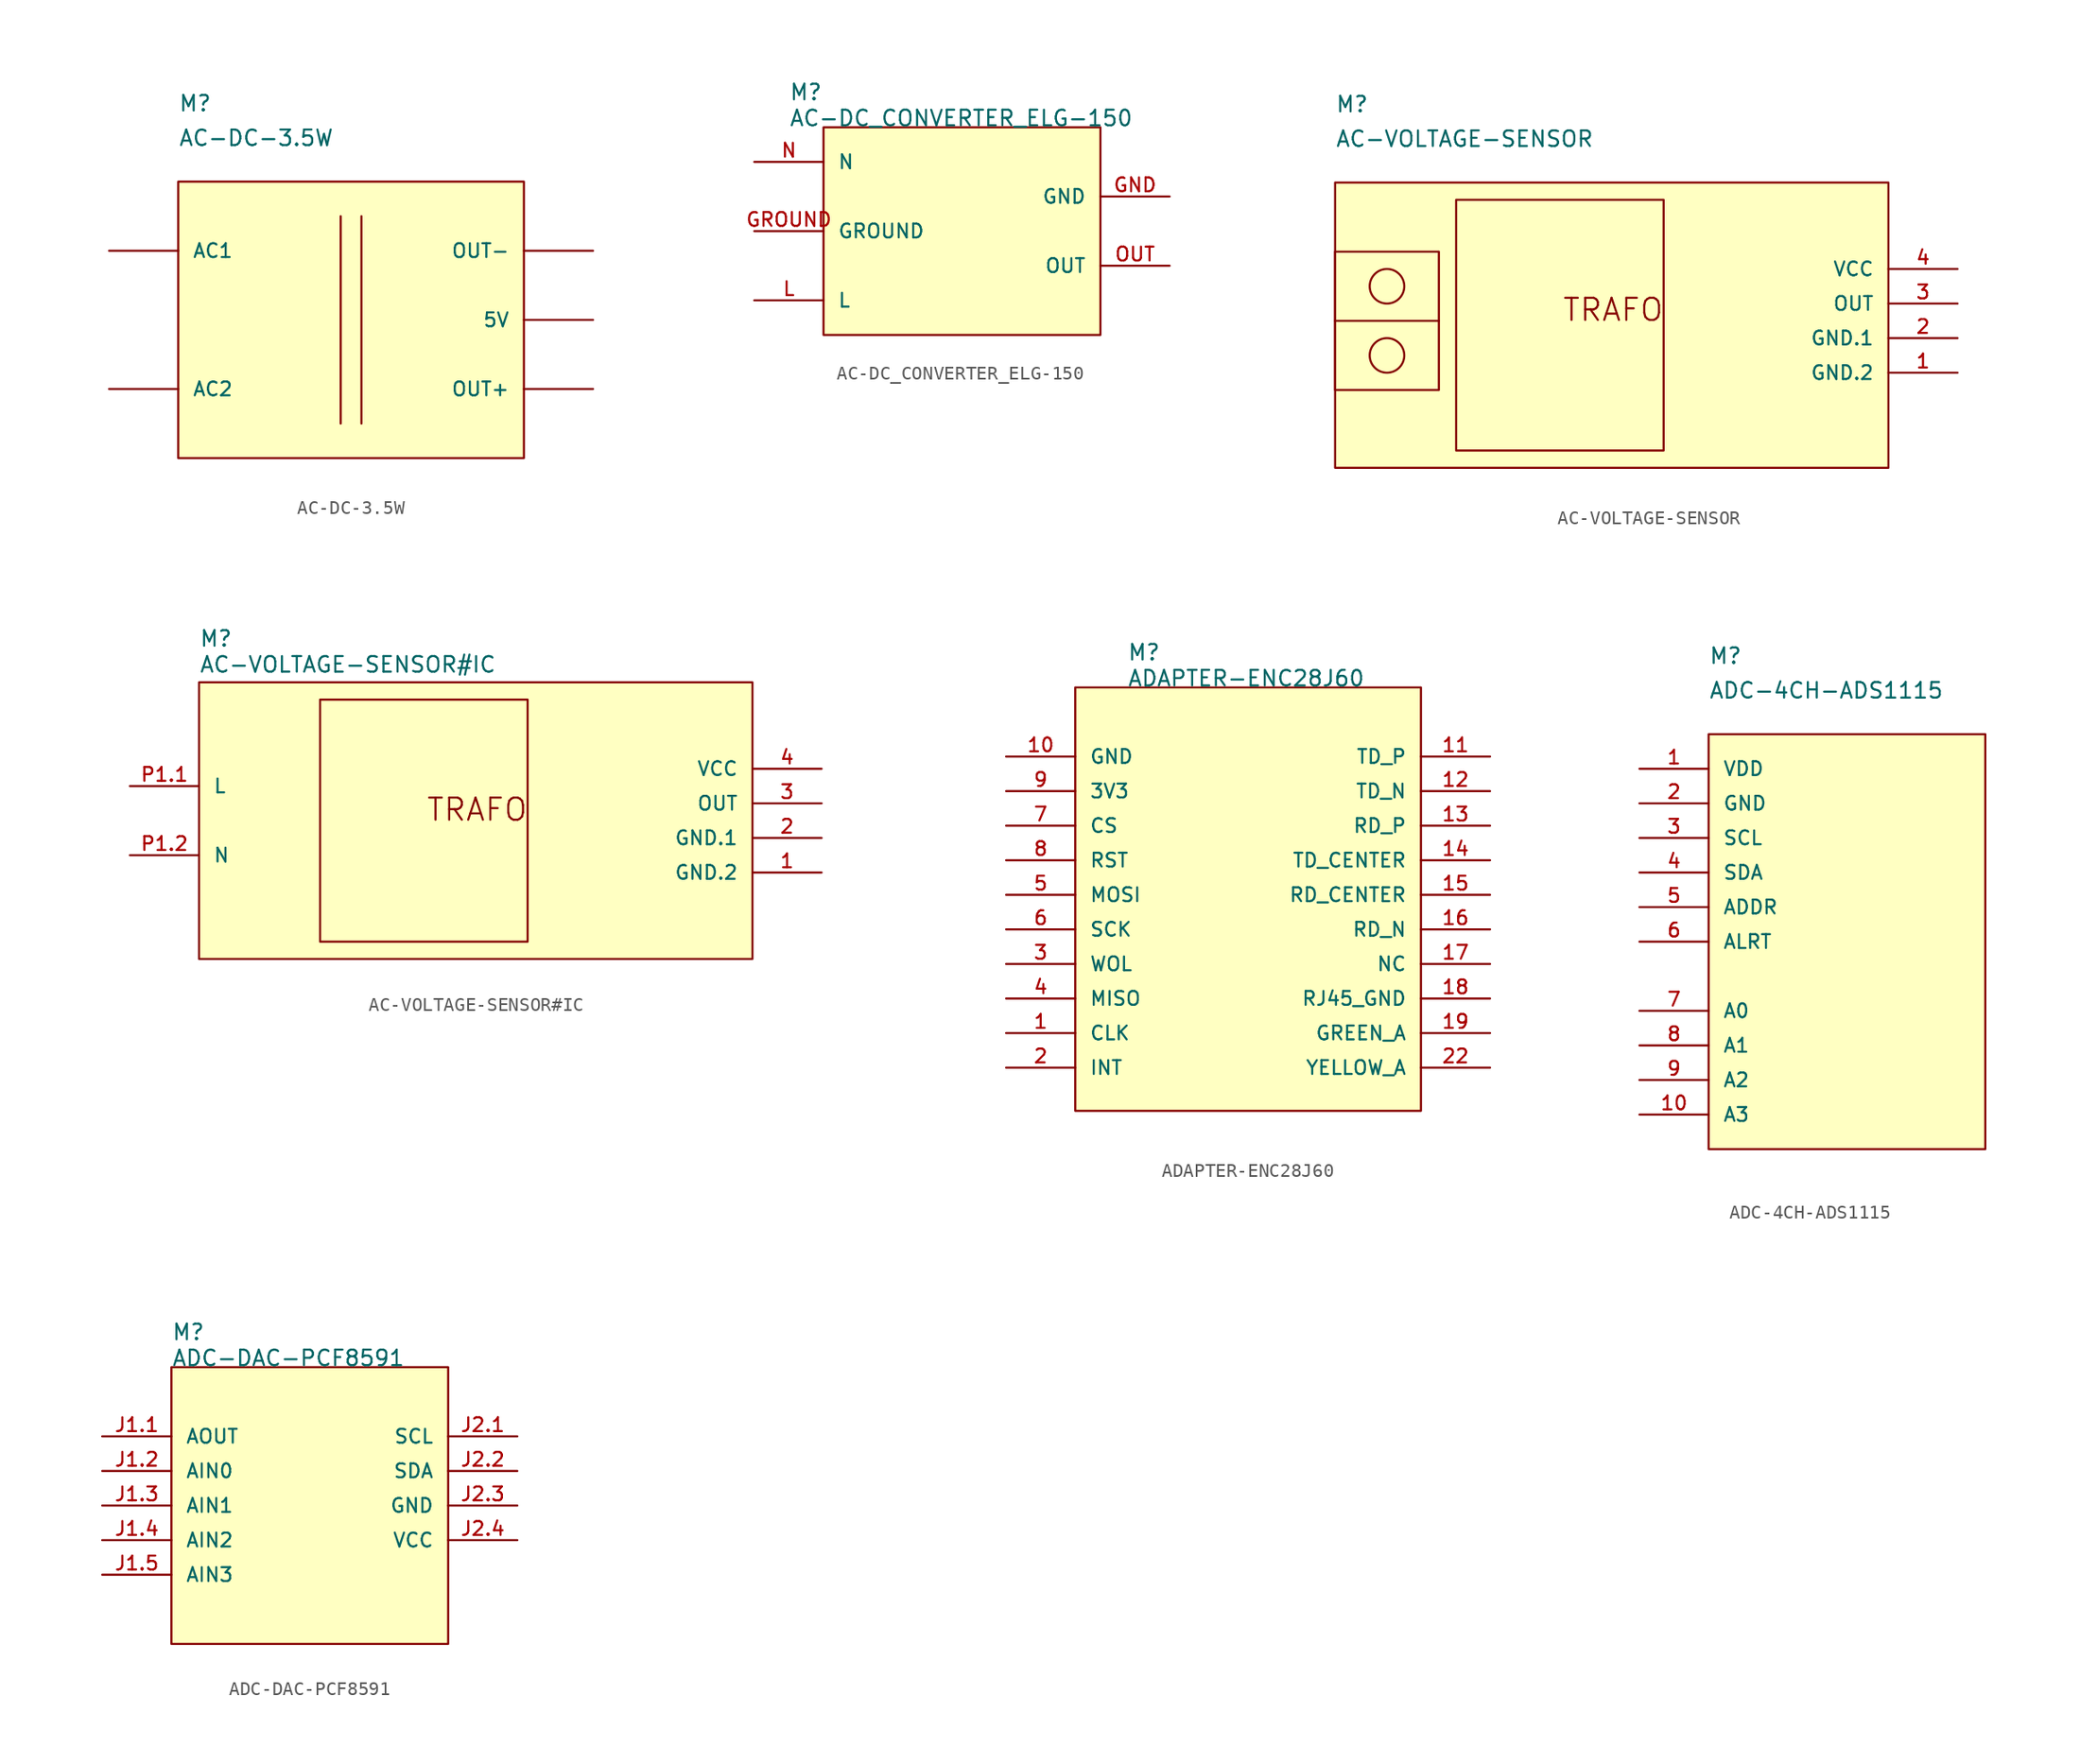
<source format=kicad_sym>
(kicad_symbol_lib
  (version 20231120)
  (generator "kicad_symbol_editor")
  (generator_version "8.0")
  (symbol "AC-DC-3.5W"
    (pin_numbers hide)
    (pin_names
      (offset 1.016))
    (property "Reference" "M"
      (at -12.7 15.24 0)
      (effects (font (size 1.143 1.143)) (justify left bottom)))
    (property "Value" "AC-DC-3.5W"
      (at -12.7 12.7 0)
      (effects (font (size 1.143 1.143)) (justify left bottom)))
    (property "ki_locked" ""
      (at 0 0 0)
      (effects (font (size 1.27 1.27))))
    (symbol "AC-DC-3.5W_1_0"
      (polyline (pts (xy -0.762 7.62) (xy -0.762 -7.62)) (stroke (width 0) (type default)) (fill (type none)))
      (polyline (pts (xy 0.762 7.62) (xy 0.762 -7.62)) (stroke (width 0) (type default)) (fill (type none))))
    (symbol "AC-DC-3.5W_1_1"
      (rectangle (start -12.7 10.16) (end 12.7 -10.16) (stroke (width 0) (type default)) (fill (type background)))
      (pin bidirectional line (at -17.78 5.08 0) (length 5.08) (name "AC1" (effects (font (size 1.016 1.016)))) (number "J1.1" (effects (font (size 1.016 1.016)))))
      (pin bidirectional line (at -17.78 -5.08 0) (length 5.08) (name "AC2" (effects (font (size 1.016 1.016)))) (number "J1.2" (effects (font (size 1.016 1.016)))))
      (pin bidirectional line (at 17.78 5.08 180) (length 5.08) (name "OUT-" (effects (font (size 1.016 1.016)))) (number "J2.1" (effects (font (size 1.016 1.016)))))
      (pin bidirectional line (at 17.78 0 180) (length 5.08) (name "5V" (effects (font (size 1.016 1.016)))) (number "J2.2" (effects (font (size 1.016 1.016)))))
      (pin bidirectional line (at 17.78 -5.08 180) (length 5.08) (name "OUT+" (effects (font (size 1.016 1.016)))) (number "J2.3" (effects (font (size 1.016 1.016)))))))
  (symbol "AC-DC_CONVERTER_ELG-150"
    (pin_names
      (offset 1.016))
    (property "Reference" "M"
      (at -12.7 9.525 0)
      (effects (font (size 1.143 1.143)) (justify left bottom)))
    (property "Value" "AC-DC_CONVERTER_ELG-150"
      (at -12.7 7.62 0)
      (effects (font (size 1.143 1.143)) (justify left bottom)))
    (property "ki_locked" ""
      (at 0 0 0)
      (effects (font (size 1.27 1.27))))
    (symbol "AC-DC_CONVERTER_ELG-150_1_1"
      (rectangle (start -10.16 7.62) (end 10.16 -7.62) (stroke (width 0) (type default)) (fill (type background)))
      (pin bidirectional line (at 15.24 2.54 180) (length 5.08) (name "GND" (effects (font (size 1.016 1.016)))) (number "GND" (effects (font (size 1.016 1.016)))))
      (pin bidirectional line (at -15.24 0 0) (length 5.08) (name "GROUND" (effects (font (size 1.016 1.016)))) (number "GROUND" (effects (font (size 1.016 1.016)))))
      (pin bidirectional line (at -15.24 -5.08 0) (length 5.08) (name "L" (effects (font (size 1.016 1.016)))) (number "L" (effects (font (size 1.016 1.016)))))
      (pin bidirectional line (at -15.24 5.08 0) (length 5.08) (name "N" (effects (font (size 1.016 1.016)))) (number "N" (effects (font (size 1.016 1.016)))))
      (pin bidirectional line (at 15.24 -2.54 180) (length 5.08) (name "OUT" (effects (font (size 1.016 1.016)))) (number "OUT" (effects (font (size 1.016 1.016)))))))
  (symbol "AC-VOLTAGE-SENSOR"
    (pin_names
      (offset 1.016))
    (property "Reference" "M"
      (at -20.32 15.24 0)
      (effects (font (size 1.143 1.143)) (justify left bottom)))
    (property "Value" "AC-VOLTAGE-SENSOR"
      (at -20.32 12.7 0)
      (effects (font (size 1.143 1.143)) (justify left bottom)))
    (property "ki_locked" ""
      (at 0 0 0)
      (effects (font (size 1.27 1.27))))
    (symbol "AC-VOLTAGE-SENSOR_1_0"
      (polyline (pts (xy -20.32 0) (xy -12.7 0)) (stroke (width 0) (type default)) (fill (type none)))
      (text "TRAFO" (at 0.102 0.813 0) (effects (font (size 1.626 1.626)))))
    (symbol "AC-VOLTAGE-SENSOR_1_1"
      (rectangle (start -20.32 5.08) (end -12.7 -5.08) (stroke (width 0) (type default)) (fill (type none)))
      (rectangle (start -20.32 10.16) (end 20.32 -10.795) (stroke (width 0) (type default)) (fill (type background)))
      (circle (center -16.51 -2.54) (radius 1.27) (stroke (width 0) (type default)) (fill (type none)))
      (circle (center -16.51 2.54) (radius 1.27) (stroke (width 0) (type default)) (fill (type none)))
      (rectangle (start -11.43 8.89) (end 3.81 -9.525) (stroke (width 0) (type default)) (fill (type none)))
      (pin power_in line (at 25.4 -3.81 180) (length 5.08) (name "GND.2" (effects (font (size 1.016 1.016)))) (number "1" (effects (font (size 1.016 1.016)))))
      (pin power_in line (at 25.4 -1.27 180) (length 5.08) (name "GND.1" (effects (font (size 1.016 1.016)))) (number "2" (effects (font (size 1.016 1.016)))))
      (pin output line (at 25.4 1.27 180) (length 5.08) (name "OUT" (effects (font (size 1.016 1.016)))) (number "3" (effects (font (size 1.016 1.016)))))
      (pin power_in line (at 25.4 3.81 180) (length 5.08) (name "VCC" (effects (font (size 1.016 1.016)))) (number "4" (effects (font (size 1.016 1.016)))))))
  (symbol "AC-VOLTAGE-SENSOR#IC"
    (pin_names
      (offset 1.016))
    (property "Reference" "M"
      (at -20.32 12.7 0)
      (effects (font (size 1.143 1.143)) (justify left bottom)))
    (property "Value" "AC-VOLTAGE-SENSOR#IC"
      (at -20.32 10.795 0)
      (effects (font (size 1.143 1.143)) (justify left bottom)))
    (property "ki_locked" ""
      (at 0 0 0)
      (effects (font (size 1.27 1.27))))
    (symbol "AC-VOLTAGE-SENSOR#IC_1_0"
      (text "TRAFO" (at 0.102 0.813 0) (effects (font (size 1.626 1.626)))))
    (symbol "AC-VOLTAGE-SENSOR#IC_1_1"
      (rectangle (start -20.32 10.16) (end 20.32 -10.16) (stroke (width 0) (type default)) (fill (type background)))
      (rectangle (start -11.43 8.89) (end 3.81 -8.89) (stroke (width 0) (type default)) (fill (type none)))
      (pin power_in line (at 25.4 -3.81 180) (length 5.08) (name "GND.2" (effects (font (size 1.016 1.016)))) (number "1" (effects (font (size 1.016 1.016)))))
      (pin power_in line (at 25.4 -1.27 180) (length 5.08) (name "GND.1" (effects (font (size 1.016 1.016)))) (number "2" (effects (font (size 1.016 1.016)))))
      (pin output line (at 25.4 1.27 180) (length 5.08) (name "OUT" (effects (font (size 1.016 1.016)))) (number "3" (effects (font (size 1.016 1.016)))))
      (pin power_in line (at 25.4 3.81 180) (length 5.08) (name "VCC" (effects (font (size 1.016 1.016)))) (number "4" (effects (font (size 1.016 1.016)))))
      (pin passive line (at -25.4 2.54 0) (length 5.08) (name "L" (effects (font (size 1.016 1.016)))) (number "P1.1" (effects (font (size 1.016 1.016)))))
      (pin passive line (at -25.4 -2.54 0) (length 5.08) (name "N" (effects (font (size 1.016 1.016)))) (number "P1.2" (effects (font (size 1.016 1.016)))))))
  (symbol "ADAPTER-ENC28J60"
    (pin_names
      (offset 1.016))
    (property "Reference" "M"
      (at -8.89 17.145 0)
      (effects (font (size 1.143 1.143)) (justify left bottom)))
    (property "Value" "ADAPTER-ENC28J60"
      (at -8.89 15.24 0)
      (effects (font (size 1.143 1.143)) (justify left bottom)))
    (property "ki_locked" ""
      (at 0 0 0)
      (effects (font (size 1.27 1.27))))
    (symbol "ADAPTER-ENC28J60_1_1"
      (rectangle (start -12.7 15.24) (end 12.7 -15.875) (stroke (width 0) (type default)) (fill (type background)))
      (pin bidirectional line (at -17.78 -10.16 0) (length 5.08) (name "CLK" (effects (font (size 1.016 1.016)))) (number "1" (effects (font (size 1.016 1.016)))))
      (pin bidirectional line (at -17.78 10.16 0) (length 5.08) (name "GND" (effects (font (size 1.016 1.016)))) (number "10" (effects (font (size 1.016 1.016)))))
      (pin bidirectional line (at 17.78 10.16 180) (length 5.08) (name "TD_P" (effects (font (size 1.016 1.016)))) (number "11" (effects (font (size 1.016 1.016)))))
      (pin bidirectional line (at 17.78 7.62 180) (length 5.08) (name "TD_N" (effects (font (size 1.016 1.016)))) (number "12" (effects (font (size 1.016 1.016)))))
      (pin bidirectional line (at 17.78 5.08 180) (length 5.08) (name "RD_P" (effects (font (size 1.016 1.016)))) (number "13" (effects (font (size 1.016 1.016)))))
      (pin bidirectional line (at 17.78 2.54 180) (length 5.08) (name "TD_CENTER" (effects (font (size 1.016 1.016)))) (number "14" (effects (font (size 1.016 1.016)))))
      (pin bidirectional line (at 17.78 0 180) (length 5.08) (name "RD_CENTER" (effects (font (size 1.016 1.016)))) (number "15" (effects (font (size 1.016 1.016)))))
      (pin bidirectional line (at 17.78 -2.54 180) (length 5.08) (name "RD_N" (effects (font (size 1.016 1.016)))) (number "16" (effects (font (size 1.016 1.016)))))
      (pin bidirectional line (at 17.78 -5.08 180) (length 5.08) (name "NC" (effects (font (size 1.016 1.016)))) (number "17" (effects (font (size 1.016 1.016)))))
      (pin bidirectional line (at 17.78 -7.62 180) (length 5.08) (name "RJ45_GND" (effects (font (size 1.016 1.016)))) (number "18" (effects (font (size 1.016 1.016)))))
      (pin bidirectional line (at 17.78 -10.16 180) (length 5.08) (name "GREEN_A" (effects (font (size 1.016 1.016)))) (number "19" (effects (font (size 1.016 1.016)))))
      (pin bidirectional line (at -17.78 -12.7 0) (length 5.08) (name "INT" (effects (font (size 1.016 1.016)))) (number "2" (effects (font (size 1.016 1.016)))))
      (pin bidirectional line (at 17.78 -12.7 180) (length 5.08) (name "YELLOW_A" (effects (font (size 1.016 1.016)))) (number "22" (effects (font (size 1.016 1.016)))))
      (pin bidirectional line (at -17.78 -5.08 0) (length 5.08) (name "WOL" (effects (font (size 1.016 1.016)))) (number "3" (effects (font (size 1.016 1.016)))))
      (pin bidirectional line (at -17.78 -7.62 0) (length 5.08) (name "MISO" (effects (font (size 1.016 1.016)))) (number "4" (effects (font (size 1.016 1.016)))))
      (pin bidirectional line (at -17.78 0 0) (length 5.08) (name "MOSI" (effects (font (size 1.016 1.016)))) (number "5" (effects (font (size 1.016 1.016)))))
      (pin bidirectional line (at -17.78 -2.54 0) (length 5.08) (name "SCK" (effects (font (size 1.016 1.016)))) (number "6" (effects (font (size 1.016 1.016)))))
      (pin bidirectional line (at -17.78 5.08 0) (length 5.08) (name "CS" (effects (font (size 1.016 1.016)))) (number "7" (effects (font (size 1.016 1.016)))))
      (pin bidirectional line (at -17.78 2.54 0) (length 5.08) (name "RST" (effects (font (size 1.016 1.016)))) (number "8" (effects (font (size 1.016 1.016)))))
      (pin bidirectional line (at -17.78 7.62 0) (length 5.08) (name "3V3" (effects (font (size 1.016 1.016)))) (number "9" (effects (font (size 1.016 1.016)))))))
  (symbol "ADC-4CH-ADS1115"
    (pin_names
      (offset 1.016))
    (property "Reference" "M"
      (at -10.16 20.32 0)
      (effects (font (size 1.143 1.143)) (justify left bottom)))
    (property "Value" "ADC-4CH-ADS1115"
      (at -10.16 17.78 0)
      (effects (font (size 1.143 1.143)) (justify left bottom)))
    (property "ki_locked" ""
      (at 0 0 0)
      (effects (font (size 1.27 1.27))))
    (symbol "ADC-4CH-ADS1115_1_1"
      (rectangle (start -10.16 15.24) (end 10.16 -15.24) (stroke (width 0) (type default)) (fill (type background)))
      (pin power_in line (at -15.24 12.7 0) (length 5.08) (name "VDD" (effects (font (size 1.016 1.016)))) (number "1" (effects (font (size 1.016 1.016)))))
      (pin input line (at -15.24 -12.7 0) (length 5.08) (name "A3" (effects (font (size 1.016 1.016)))) (number "10" (effects (font (size 1.016 1.016)))))
      (pin power_in line (at -15.24 10.16 0) (length 5.08) (name "GND" (effects (font (size 1.016 1.016)))) (number "2" (effects (font (size 1.016 1.016)))))
      (pin bidirectional line (at -15.24 7.62 0) (length 5.08) (name "SCL" (effects (font (size 1.016 1.016)))) (number "3" (effects (font (size 1.016 1.016)))))
      (pin bidirectional line (at -15.24 5.08 0) (length 5.08) (name "SDA" (effects (font (size 1.016 1.016)))) (number "4" (effects (font (size 1.016 1.016)))))
      (pin bidirectional line (at -15.24 2.54 0) (length 5.08) (name "ADDR" (effects (font (size 1.016 1.016)))) (number "5" (effects (font (size 1.016 1.016)))))
      (pin bidirectional line (at -15.24 0 0) (length 5.08) (name "ALRT" (effects (font (size 1.016 1.016)))) (number "6" (effects (font (size 1.016 1.016)))))
      (pin input line (at -15.24 -5.08 0) (length 5.08) (name "A0" (effects (font (size 1.016 1.016)))) (number "7" (effects (font (size 1.016 1.016)))))
      (pin input line (at -15.24 -7.62 0) (length 5.08) (name "A1" (effects (font (size 1.016 1.016)))) (number "8" (effects (font (size 1.016 1.016)))))
      (pin input line (at -15.24 -10.16 0) (length 5.08) (name "A2" (effects (font (size 1.016 1.016)))) (number "9" (effects (font (size 1.016 1.016)))))))
  (symbol "ADC-DAC-PCF8591"
    (pin_names
      (offset 1.016))
    (property "Reference" "M"
      (at -10.16 12.065 0)
      (effects (font (size 1.143 1.143)) (justify left bottom)))
    (property "Value" "ADC-DAC-PCF8591"
      (at -10.16 10.16 0)
      (effects (font (size 1.143 1.143)) (justify left bottom)))
    (property "ki_locked" ""
      (at 0 0 0)
      (effects (font (size 1.27 1.27))))
    (symbol "ADC-DAC-PCF8591_1_1"
      (rectangle (start -10.16 10.16) (end 10.16 -10.16) (stroke (width 0) (type default)) (fill (type background)))
      (pin bidirectional line (at -15.24 5.08 0) (length 5.08) (name "AOUT" (effects (font (size 1.016 1.016)))) (number "J1.1" (effects (font (size 1.016 1.016)))))
      (pin bidirectional line (at -15.24 2.54 0) (length 5.08) (name "AIN0" (effects (font (size 1.016 1.016)))) (number "J1.2" (effects (font (size 1.016 1.016)))))
      (pin bidirectional line (at -15.24 0 0) (length 5.08) (name "AIN1" (effects (font (size 1.016 1.016)))) (number "J1.3" (effects (font (size 1.016 1.016)))))
      (pin bidirectional line (at -15.24 -2.54 0) (length 5.08) (name "AIN2" (effects (font (size 1.016 1.016)))) (number "J1.4" (effects (font (size 1.016 1.016)))))
      (pin bidirectional line (at -15.24 -5.08 0) (length 5.08) (name "AIN3" (effects (font (size 1.016 1.016)))) (number "J1.5" (effects (font (size 1.016 1.016)))))
      (pin bidirectional line (at 15.24 5.08 180) (length 5.08) (name "SCL" (effects (font (size 1.016 1.016)))) (number "J2.1" (effects (font (size 1.016 1.016)))))
      (pin bidirectional line (at 15.24 2.54 180) (length 5.08) (name "SDA" (effects (font (size 1.016 1.016)))) (number "J2.2" (effects (font (size 1.016 1.016)))))
      (pin power_in line (at 15.24 0 180) (length 5.08) (name "GND" (effects (font (size 1.016 1.016)))) (number "J2.3" (effects (font (size 1.016 1.016)))))
      (pin power_in line (at 15.24 -2.54 180) (length 5.08) (name "VCC" (effects (font (size 1.016 1.016)))) (number "J2.4" (effects (font (size 1.016 1.016))))))))
</source>
